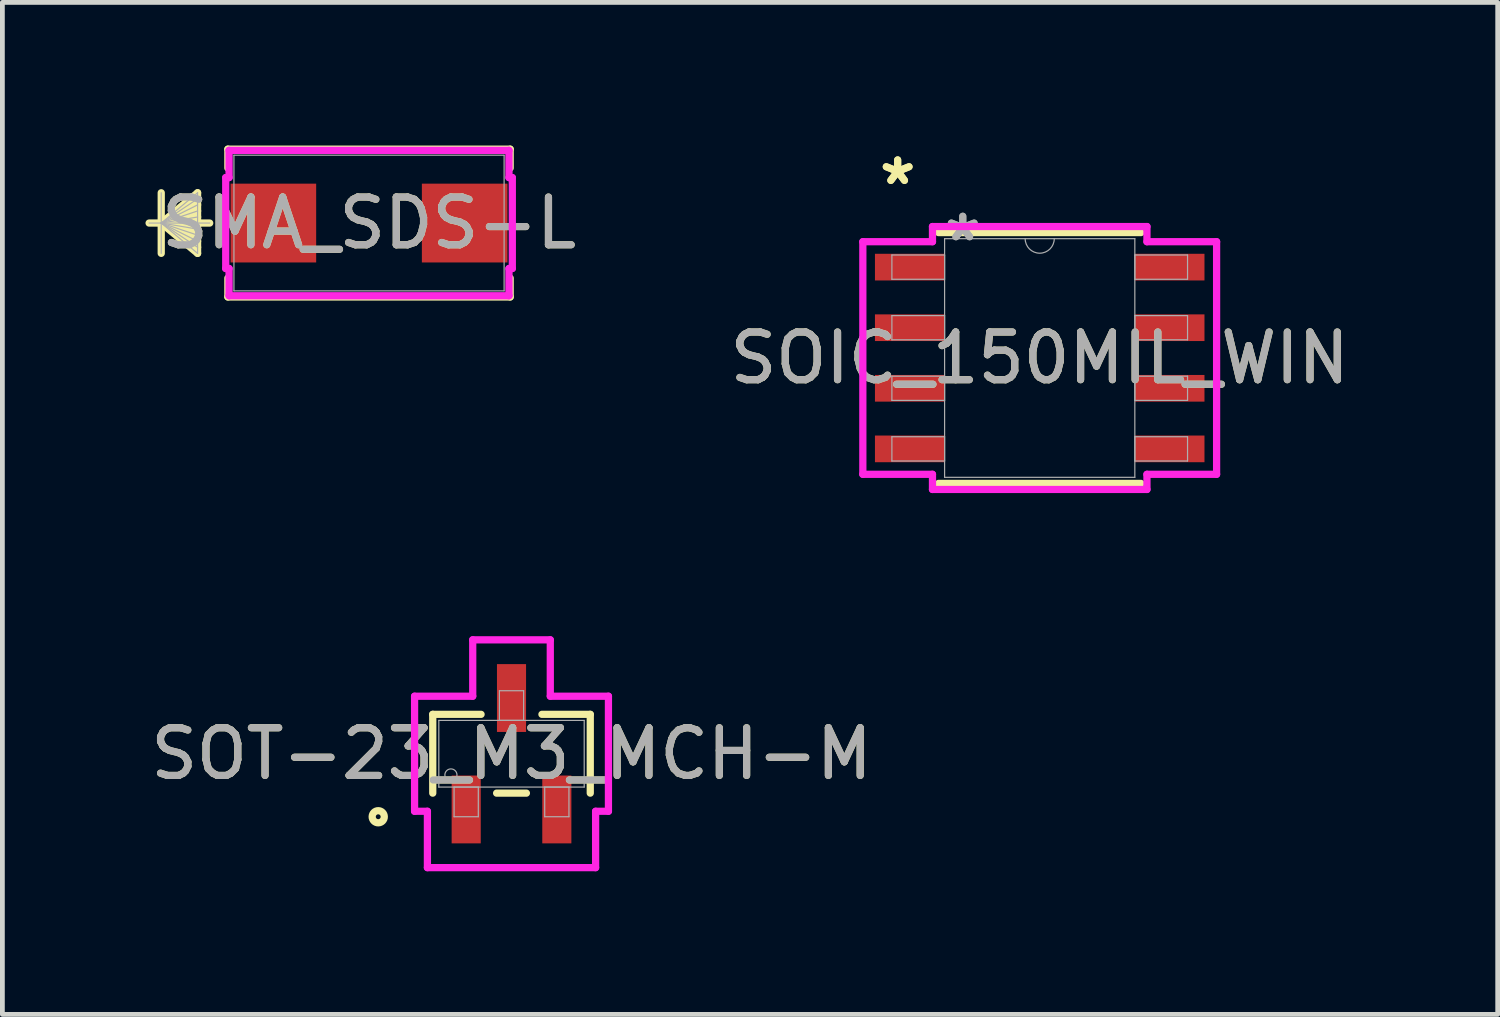
<source format=kicad_pcb>
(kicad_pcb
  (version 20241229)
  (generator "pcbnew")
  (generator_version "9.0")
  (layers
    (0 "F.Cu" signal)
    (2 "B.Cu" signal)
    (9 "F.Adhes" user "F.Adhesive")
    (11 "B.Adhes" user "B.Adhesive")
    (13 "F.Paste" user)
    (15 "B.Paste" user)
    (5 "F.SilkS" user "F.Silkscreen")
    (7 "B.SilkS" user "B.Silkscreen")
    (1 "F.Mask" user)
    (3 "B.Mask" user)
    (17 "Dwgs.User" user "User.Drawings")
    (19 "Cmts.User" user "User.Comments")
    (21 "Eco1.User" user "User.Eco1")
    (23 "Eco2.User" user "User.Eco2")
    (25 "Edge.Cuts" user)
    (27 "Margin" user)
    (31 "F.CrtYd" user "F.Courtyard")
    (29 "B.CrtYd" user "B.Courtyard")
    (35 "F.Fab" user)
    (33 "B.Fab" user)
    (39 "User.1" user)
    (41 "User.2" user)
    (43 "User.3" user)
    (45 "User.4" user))
  (footprint "SOIC_150MIL_WIN"
    (layer "F.Cu")
    (at 18.746 4.455)
    (property "Reference" "SOIC_150MIL_WIN" (at 0 0 0) (unlocked yes) (layer "F.SilkS") (effects (font (size 1 1) (thickness 0.15))))
    (attr smd)
    (fp_line (start -2.121 2.629) (end 2.121 2.629) (stroke (width 0.152) (type solid)) (layer "F.SilkS"))
    (fp_line (start 2.121 -2.629) (end -2.121 -2.629) (stroke (width 0.152) (type solid)) (layer "F.SilkS"))
    (fp_line (start -3.708 -2.438) (end -2.248 -2.438) (stroke (width 0.152) (type solid)) (layer "F.CrtYd"))
    (fp_line (start -3.708 2.438) (end -3.708 -2.438) (stroke (width 0.152) (type solid)) (layer "F.CrtYd"))
    (fp_line (start -3.708 2.438) (end -2.248 2.438) (stroke (width 0.152) (type solid)) (layer "F.CrtYd"))
    (fp_line (start -2.248 -2.756) (end 2.248 -2.756) (stroke (width 0.152) (type solid)) (layer "F.CrtYd"))
    (fp_line (start -2.248 -2.438) (end -2.248 -2.756) (stroke (width 0.152) (type solid)) (layer "F.CrtYd"))
    (fp_line (start -2.248 2.756) (end -2.248 2.438) (stroke (width 0.152) (type solid)) (layer "F.CrtYd"))
    (fp_line (start 2.248 -2.756) (end 2.248 -2.438) (stroke (width 0.152) (type solid)) (layer "F.CrtYd"))
    (fp_line (start 2.248 2.438) (end 2.248 2.756) (stroke (width 0.152) (type solid)) (layer "F.CrtYd"))
    (fp_line (start 2.248 2.756) (end -2.248 2.756) (stroke (width 0.152) (type solid)) (layer "F.CrtYd"))
    (fp_line (start 3.708 -2.438) (end 2.248 -2.438) (stroke (width 0.152) (type solid)) (layer "F.CrtYd"))
    (fp_line (start 3.708 -2.438) (end 3.708 2.438) (stroke (width 0.152) (type solid)) (layer "F.CrtYd"))
    (fp_line (start 3.708 2.438) (end 2.248 2.438) (stroke (width 0.152) (type solid)) (layer "F.CrtYd"))
    (fp_line (start -3.099 -2.159) (end -3.099 -1.651) (stroke (width 0.025) (type solid)) (layer "F.Fab"))
    (fp_line (start -3.099 -1.651) (end -1.994 -1.651) (stroke (width 0.025) (type solid)) (layer "F.Fab"))
    (fp_line (start -3.099 -0.889) (end -3.099 -0.381) (stroke (width 0.025) (type solid)) (layer "F.Fab"))
    (fp_line (start -3.099 -0.381) (end -1.994 -0.381) (stroke (width 0.025) (type solid)) (layer "F.Fab"))
    (fp_line (start -3.099 0.381) (end -3.099 0.889) (stroke (width 0.025) (type solid)) (layer "F.Fab"))
    (fp_line (start -3.099 0.889) (end -1.994 0.889) (stroke (width 0.025) (type solid)) (layer "F.Fab"))
    (fp_line (start -3.099 1.651) (end -3.099 2.159) (stroke (width 0.025) (type solid)) (layer "F.Fab"))
    (fp_line (start -3.099 2.159) (end -1.994 2.159) (stroke (width 0.025) (type solid)) (layer "F.Fab"))
    (fp_line (start -1.994 -2.502) (end -1.994 2.502) (stroke (width 0.025) (type solid)) (layer "F.Fab"))
    (fp_line (start -1.994 -2.159) (end -3.099 -2.159) (stroke (width 0.025) (type solid)) (layer "F.Fab"))
    (fp_line (start -1.994 -1.651) (end -1.994 -2.159) (stroke (width 0.025) (type solid)) (layer "F.Fab"))
    (fp_line (start -1.994 -0.889) (end -3.099 -0.889) (stroke (width 0.025) (type solid)) (layer "F.Fab"))
    (fp_line (start -1.994 -0.381) (end -1.994 -0.889) (stroke (width 0.025) (type solid)) (layer "F.Fab"))
    (fp_line (start -1.994 0.381) (end -3.099 0.381) (stroke (width 0.025) (type solid)) (layer "F.Fab"))
    (fp_line (start -1.994 0.889) (end -1.994 0.381) (stroke (width 0.025) (type solid)) (layer "F.Fab"))
    (fp_line (start -1.994 1.651) (end -3.099 1.651) (stroke (width 0.025) (type solid)) (layer "F.Fab"))
    (fp_line (start -1.994 2.159) (end -1.994 1.651) (stroke (width 0.025) (type solid)) (layer "F.Fab"))
    (fp_line (start -1.994 2.502) (end 1.994 2.502) (stroke (width 0.025) (type solid)) (layer "F.Fab"))
    (fp_line (start 1.994 -2.502) (end -1.994 -2.502) (stroke (width 0.025) (type solid)) (layer "F.Fab"))
    (fp_line (start 1.994 -2.159) (end 1.994 -1.651) (stroke (width 0.025) (type solid)) (layer "F.Fab"))
    (fp_line (start 1.994 -1.651) (end 3.099 -1.651) (stroke (width 0.025) (type solid)) (layer "F.Fab"))
    (fp_line (start 1.994 -0.889) (end 1.994 -0.381) (stroke (width 0.025) (type solid)) (layer "F.Fab"))
    (fp_line (start 1.994 -0.381) (end 3.099 -0.381) (stroke (width 0.025) (type solid)) (layer "F.Fab"))
    (fp_line (start 1.994 0.381) (end 1.994 0.889) (stroke (width 0.025) (type solid)) (layer "F.Fab"))
    (fp_line (start 1.994 0.889) (end 3.099 0.889) (stroke (width 0.025) (type solid)) (layer "F.Fab"))
    (fp_line (start 1.994 1.651) (end 1.994 2.159) (stroke (width 0.025) (type solid)) (layer "F.Fab"))
    (fp_line (start 1.994 2.159) (end 3.099 2.159) (stroke (width 0.025) (type solid)) (layer "F.Fab"))
    (fp_line (start 1.994 2.502) (end 1.994 -2.502) (stroke (width 0.025) (type solid)) (layer "F.Fab"))
    (fp_line (start 3.099 -2.159) (end 1.994 -2.159) (stroke (width 0.025) (type solid)) (layer "F.Fab"))
    (fp_line (start 3.099 -1.651) (end 3.099 -2.159) (stroke (width 0.025) (type solid)) (layer "F.Fab"))
    (fp_line (start 3.099 -0.889) (end 1.994 -0.889) (stroke (width 0.025) (type solid)) (layer "F.Fab"))
    (fp_line (start 3.099 -0.381) (end 3.099 -0.889) (stroke (width 0.025) (type solid)) (layer "F.Fab"))
    (fp_line (start 3.099 0.381) (end 1.994 0.381) (stroke (width 0.025) (type solid)) (layer "F.Fab"))
    (fp_line (start 3.099 0.889) (end 3.099 0.381) (stroke (width 0.025) (type solid)) (layer "F.Fab"))
    (fp_line (start 3.099 1.651) (end 1.994 1.651) (stroke (width 0.025) (type solid)) (layer "F.Fab"))
    (fp_line (start 3.099 2.159) (end 3.099 1.651) (stroke (width 0.025) (type solid)) (layer "F.Fab"))
    (fp_arc (start 0.3048 -2.5019) (mid 0 -2.1971) (end -0.3048 -2.5019) (stroke (width 0.0254) (type solid)) (layer "F.Fab"))
    (fp_text user "*" (at -2.978 -3.607 0) (unlocked yes) (layer "F.SilkS") (effects (font (size 1 1) (thickness 0.15))))
    (fp_text user "*" (at -2.978 -3.607 0) (layer "F.SilkS") (effects (font (size 1 1) (thickness 0.15))))
    (fp_text user "${REFERENCE}" (at 0 0 0) (unlocked yes) (layer "F.Fab") (effects (font (size 1 1) (thickness 0.15))))
    (fp_text user "*" (at -1.613 -2.426 0) (unlocked yes) (layer "F.Fab") (effects (font (size 1 1) (thickness 0.15))))
    (fp_text user "*" (at -1.613 -2.426 0) (layer "F.Fab") (effects (font (size 1 1) (thickness 0.15))))
    (pad "1" smd rect (at -2.724 -1.905) (size 1.46 0.559) (layers "F.Cu" "F.Mask" "F.Paste"))
    (pad "2" smd rect (at -2.724 -0.635) (size 1.46 0.559) (layers "F.Cu" "F.Mask" "F.Paste"))
    (pad "3" smd rect (at -2.724 0.635) (size 1.46 0.559) (layers "F.Cu" "F.Mask" "F.Paste"))
    (pad "4" smd rect (at -2.724 1.905) (size 1.46 0.559) (layers "F.Cu" "F.Mask" "F.Paste"))
    (pad "5" smd rect (at 2.724 1.905) (size 1.46 0.559) (layers "F.Cu" "F.Mask" "F.Paste"))
    (pad "6" smd rect (at 2.724 0.635) (size 1.46 0.559) (layers "F.Cu" "F.Mask" "F.Paste"))
    (pad "7" smd rect (at 2.724 -0.635) (size 1.46 0.559) (layers "F.Cu" "F.Mask" "F.Paste"))
    (pad "8" smd rect (at 2.724 -1.905) (size 1.46 0.559) (layers "F.Cu" "F.Mask" "F.Paste")))
  (footprint "SOT-23_M3_MCH-M"
    (layer "F.Cu")
    (at 7.673 12.751)
    (property "Reference" "SOT-23_M3_MCH-M" (at 0 0 0) (unlocked yes) (layer "F.SilkS") (effects (font (size 1 1) (thickness 0.15))))
    (attr smd)
    (fp_line (start -1.651 -0.826) (end -1.651 0.826) (stroke (width 0.152) (type solid)) (layer "F.SilkS"))
    (fp_line (start -0.638 -0.826) (end -1.651 -0.826) (stroke (width 0.152) (type solid)) (layer "F.SilkS"))
    (fp_line (start -0.312 0.826) (end 0.312 0.826) (stroke (width 0.152) (type solid)) (layer "F.SilkS"))
    (fp_line (start 1.651 -0.826) (end 0.638 -0.826) (stroke (width 0.152) (type solid)) (layer "F.SilkS"))
    (fp_line (start 1.651 0.826) (end 1.651 -0.826) (stroke (width 0.152) (type solid)) (layer "F.SilkS"))
    (fp_circle (center -2.794 1.321) (end -2.667 1.321) (stroke (width 0.152) (type solid)) (fill no) (layer "F.SilkS"))
    (fp_line (start -2.032 -1.206) (end -0.813 -1.206) (stroke (width 0.152) (type solid)) (layer "F.CrtYd"))
    (fp_line (start -2.032 1.206) (end -2.032 -1.206) (stroke (width 0.152) (type solid)) (layer "F.CrtYd"))
    (fp_line (start -2.032 1.206) (end -1.763 1.206) (stroke (width 0.152) (type solid)) (layer "F.CrtYd"))
    (fp_line (start -1.763 1.206) (end -1.763 2.388) (stroke (width 0.152) (type solid)) (layer "F.CrtYd"))
    (fp_line (start -1.763 2.388) (end 1.763 2.388) (stroke (width 0.152) (type solid)) (layer "F.CrtYd"))
    (fp_line (start -0.813 -2.388) (end 0.813 -2.388) (stroke (width 0.152) (type solid)) (layer "F.CrtYd"))
    (fp_line (start -0.813 -1.206) (end -0.813 -2.388) (stroke (width 0.152) (type solid)) (layer "F.CrtYd"))
    (fp_line (start 0.813 -1.206) (end 0.813 -2.388) (stroke (width 0.152) (type solid)) (layer "F.CrtYd"))
    (fp_line (start 1.763 1.206) (end 1.763 2.388) (stroke (width 0.152) (type solid)) (layer "F.CrtYd"))
    (fp_line (start 2.032 -1.206) (end 0.813 -1.206) (stroke (width 0.152) (type solid)) (layer "F.CrtYd"))
    (fp_line (start 2.032 -1.206) (end 2.032 1.206) (stroke (width 0.152) (type solid)) (layer "F.CrtYd"))
    (fp_line (start 2.032 1.206) (end 1.763 1.206) (stroke (width 0.152) (type solid)) (layer "F.CrtYd"))
    (fp_line (start -1.524 -0.699) (end -1.524 0.699) (stroke (width 0.025) (type solid)) (layer "F.Fab"))
    (fp_line (start -1.524 0.699) (end 1.524 0.699) (stroke (width 0.025) (type solid)) (layer "F.Fab"))
    (fp_line (start -1.204 0.699) (end -1.204 1.321) (stroke (width 0.025) (type solid)) (layer "F.Fab"))
    (fp_line (start -1.204 1.321) (end -0.696 1.321) (stroke (width 0.025) (type solid)) (layer "F.Fab"))
    (fp_line (start -0.696 0.699) (end -1.204 0.699) (stroke (width 0.025) (type solid)) (layer "F.Fab"))
    (fp_line (start -0.696 1.321) (end -0.696 0.699) (stroke (width 0.025) (type solid)) (layer "F.Fab"))
    (fp_line (start -0.254 -1.321) (end -0.254 -0.699) (stroke (width 0.025) (type solid)) (layer "F.Fab"))
    (fp_line (start -0.254 -0.699) (end 0.254 -0.699) (stroke (width 0.025) (type solid)) (layer "F.Fab"))
    (fp_line (start 0.254 -1.321) (end -0.254 -1.321) (stroke (width 0.025) (type solid)) (layer "F.Fab"))
    (fp_line (start 0.254 -0.699) (end 0.254 -1.321) (stroke (width 0.025) (type solid)) (layer "F.Fab"))
    (fp_line (start 0.696 0.699) (end 0.696 1.321) (stroke (width 0.025) (type solid)) (layer "F.Fab"))
    (fp_line (start 0.696 1.321) (end 1.204 1.321) (stroke (width 0.025) (type solid)) (layer "F.Fab"))
    (fp_line (start 1.204 0.699) (end 0.696 0.699) (stroke (width 0.025) (type solid)) (layer "F.Fab"))
    (fp_line (start 1.204 1.321) (end 1.204 0.699) (stroke (width 0.025) (type solid)) (layer "F.Fab"))
    (fp_line (start 1.524 -0.699) (end -1.524 -0.699) (stroke (width 0.025) (type solid)) (layer "F.Fab"))
    (fp_line (start 1.524 0.699) (end 1.524 -0.699) (stroke (width 0.025) (type solid)) (layer "F.Fab"))
    (fp_circle (center -1.27 0.445) (end -1.143 0.445) (stroke (width 0.025) (type solid)) (fill no) (layer "F.Fab"))
    (fp_text user "${REFERENCE}" (at 0 0 0) (unlocked yes) (layer "F.Fab") (effects (font (size 1 1) (thickness 0.15))))
    (pad "1" smd rect (at -0.95 1.168) (size 0.61 1.422) (layers "F.Cu" "F.Mask" "F.Paste"))
    (pad "2" smd rect (at 0.95 1.168) (size 0.61 1.422) (layers "F.Cu" "F.Mask" "F.Paste"))
    (pad "3" smd rect (at 0 -1.168) (size 0.61 1.422) (layers "F.Cu" "F.Mask" "F.Paste")))
  (footprint "SMA_SDS-L"
    (layer "F.Cu")
    (at 4.686 1.626)
    (property "Reference" "SMA_SDS-L" (at 0 0 0) (unlocked yes) (layer "F.SilkS") (effects (font (size 1 1) (thickness 0.15))))
    (attr smd)
    (fp_line (start -4.356 -0.635) (end -4.356 0.635) (stroke (width 0.152) (type solid)) (layer "F.SilkS"))
    (fp_line (start -4.356 0) (end -3.594 -0.635) (stroke (width 0.152) (type solid)) (layer "F.SilkS"))
    (fp_line (start -4.356 0) (end -3.594 -0.508) (stroke (width 0.152) (type solid)) (layer "F.SilkS"))
    (fp_line (start -4.356 0) (end -3.594 -0.381) (stroke (width 0.152) (type solid)) (layer "F.SilkS"))
    (fp_line (start -4.356 0) (end -3.594 -0.254) (stroke (width 0.152) (type solid)) (layer "F.SilkS"))
    (fp_line (start -4.356 0) (end -3.594 -0.127) (stroke (width 0.152) (type solid)) (layer "F.SilkS"))
    (fp_line (start -4.356 0) (end -3.594 0.127) (stroke (width 0.152) (type solid)) (layer "F.SilkS"))
    (fp_line (start -4.356 0) (end -3.594 0.254) (stroke (width 0.152) (type solid)) (layer "F.SilkS"))
    (fp_line (start -4.356 0) (end -3.594 0.381) (stroke (width 0.152) (type solid)) (layer "F.SilkS"))
    (fp_line (start -4.356 0) (end -3.594 0.508) (stroke (width 0.152) (type solid)) (layer "F.SilkS"))
    (fp_line (start -4.356 0) (end -3.594 0.635) (stroke (width 0.152) (type solid)) (layer "F.SilkS"))
    (fp_line (start -3.594 -0.635) (end -3.594 0.635) (stroke (width 0.152) (type solid)) (layer "F.SilkS"))
    (fp_line (start -3.34 0) (end -4.61 0) (stroke (width 0.152) (type solid)) (layer "F.SilkS"))
    (fp_line (start -2.959 -1.549) (end -2.959 -1.154) (stroke (width 0.152) (type solid)) (layer "F.SilkS"))
    (fp_line (start -2.959 1.154) (end -2.959 1.549) (stroke (width 0.152) (type solid)) (layer "F.SilkS"))
    (fp_line (start -2.959 1.549) (end 2.959 1.549) (stroke (width 0.152) (type solid)) (layer "F.SilkS"))
    (fp_line (start 2.959 -1.549) (end -2.959 -1.549) (stroke (width 0.152) (type solid)) (layer "F.SilkS"))
    (fp_line (start 2.959 -1.154) (end 2.959 -1.549) (stroke (width 0.152) (type solid)) (layer "F.SilkS"))
    (fp_line (start 2.959 1.549) (end 2.959 1.154) (stroke (width 0.152) (type solid)) (layer "F.SilkS"))
    (fp_line (start -3.004 -0.953) (end -2.934 -0.953) (stroke (width 0.152) (type solid)) (layer "F.CrtYd"))
    (fp_line (start -3.004 0.953) (end -3.004 -0.953) (stroke (width 0.152) (type solid)) (layer "F.CrtYd"))
    (fp_line (start -2.934 -1.524) (end 2.934 -1.524) (stroke (width 0.152) (type solid)) (layer "F.CrtYd"))
    (fp_line (start -2.934 -0.953) (end -2.934 -1.524) (stroke (width 0.152) (type solid)) (layer "F.CrtYd"))
    (fp_line (start -2.934 0.953) (end -3.004 0.953) (stroke (width 0.152) (type solid)) (layer "F.CrtYd"))
    (fp_line (start -2.934 1.524) (end -2.934 0.953) (stroke (width 0.152) (type solid)) (layer "F.CrtYd"))
    (fp_line (start 2.934 -1.524) (end 2.934 -0.953) (stroke (width 0.152) (type solid)) (layer "F.CrtYd"))
    (fp_line (start 2.934 -0.953) (end 3.004 -0.953) (stroke (width 0.152) (type solid)) (layer "F.CrtYd"))
    (fp_line (start 2.934 0.953) (end 2.934 1.524) (stroke (width 0.152) (type solid)) (layer "F.CrtYd"))
    (fp_line (start 2.934 1.524) (end -2.934 1.524) (stroke (width 0.152) (type solid)) (layer "F.CrtYd"))
    (fp_line (start 3.004 -0.953) (end 3.004 0.953) (stroke (width 0.152) (type solid)) (layer "F.CrtYd"))
    (fp_line (start 3.004 0.953) (end 2.934 0.953) (stroke (width 0.152) (type solid)) (layer "F.CrtYd"))
    (fp_line (start -4.356 -0.635) (end -4.356 0.635) (stroke (width 0.025) (type solid)) (layer "F.Fab"))
    (fp_line (start -4.356 0) (end -3.594 -0.635) (stroke (width 0.025) (type solid)) (layer "F.Fab"))
    (fp_line (start -4.356 0) (end -3.594 -0.508) (stroke (width 0.025) (type solid)) (layer "F.Fab"))
    (fp_line (start -4.356 0) (end -3.594 -0.381) (stroke (width 0.025) (type solid)) (layer "F.Fab"))
    (fp_line (start -4.356 0) (end -3.594 -0.254) (stroke (width 0.025) (type solid)) (layer "F.Fab"))
    (fp_line (start -4.356 0) (end -3.594 -0.127) (stroke (width 0.025) (type solid)) (layer "F.Fab"))
    (fp_line (start -4.356 0) (end -3.594 0.127) (stroke (width 0.025) (type solid)) (layer "F.Fab"))
    (fp_line (start -4.356 0) (end -3.594 0.254) (stroke (width 0.025) (type solid)) (layer "F.Fab"))
    (fp_line (start -4.356 0) (end -3.594 0.381) (stroke (width 0.025) (type solid)) (layer "F.Fab"))
    (fp_line (start -4.356 0) (end -3.594 0.508) (stroke (width 0.025) (type solid)) (layer "F.Fab"))
    (fp_line (start -4.356 0) (end -3.594 0.635) (stroke (width 0.025) (type solid)) (layer "F.Fab"))
    (fp_line (start -3.594 -0.635) (end -3.594 0.635) (stroke (width 0.025) (type solid)) (layer "F.Fab"))
    (fp_line (start -3.34 0) (end -4.61 0) (stroke (width 0.025) (type solid)) (layer "F.Fab"))
    (fp_line (start -2.832 -1.422) (end -2.832 1.422) (stroke (width 0.025) (type solid)) (layer "F.Fab"))
    (fp_line (start -2.832 1.422) (end 2.832 1.422) (stroke (width 0.025) (type solid)) (layer "F.Fab"))
    (fp_line (start 2.832 -1.422) (end -2.832 -1.422) (stroke (width 0.025) (type solid)) (layer "F.Fab"))
    (fp_line (start 2.832 1.422) (end 2.832 -1.422) (stroke (width 0.025) (type solid)) (layer "F.Fab"))
    (fp_text user "${REFERENCE}" (at 0 0 0) (unlocked yes) (layer "F.Fab") (effects (font (size 1 1) (thickness 0.15))))
    (pad "1" smd rect (at -2.005 0 90) (size 1.652 1.794) (layers "F.Cu" "F.Mask" "F.Paste"))
    (pad "2" smd rect (at 2.005 0 90) (size 1.652 1.794) (layers "F.Cu" "F.Mask" "F.Paste"))
    (zone (net_name "") (layer "F.Cu") (hatch full 0.508) (connect_pads) (min_thickness 0.254) (filled_areas_thickness no) (keepout (tracks not_allowed) (vias not_allowed) (pads allowed) (copperpour not_allowed) (footprints allowed)) (placement (enabled no)) (fill) (polygon (pts (xy 1.905 0.254) (xy 7.468 0.254) (xy 7.468 0.724) (xy 1.905 0.724))))
    (zone (net_name "") (layer "F.Cu") (hatch full 0.508) (connect_pads) (min_thickness 0.254) (filled_areas_thickness no) (keepout (tracks not_allowed) (vias not_allowed) (pads allowed) (copperpour not_allowed) (footprints allowed)) (placement (enabled no)) (fill) (polygon (pts (xy 1.905 2.527) (xy 7.468 2.527) (xy 7.468 2.997) (xy 1.905 2.997))))
    (zone (net_name "") (layer "F.Cu") (hatch full 0.508) (connect_pads) (min_thickness 0.254) (filled_areas_thickness no) (keepout (tracks not_allowed) (vias not_allowed) (pads allowed) (copperpour not_allowed) (footprints allowed)) (placement (enabled no)) (fill) (polygon (pts (xy 3.629 0.724) (xy 5.744 0.724) (xy 5.744 2.527) (xy 3.629 2.527)))))
  (gr_rect
    (start -3 -3)
    (end 28.347 18.215)
    (stroke (width 0.1) (type default))
    (fill no)
    (layer "Edge.Cuts")))
</source>
